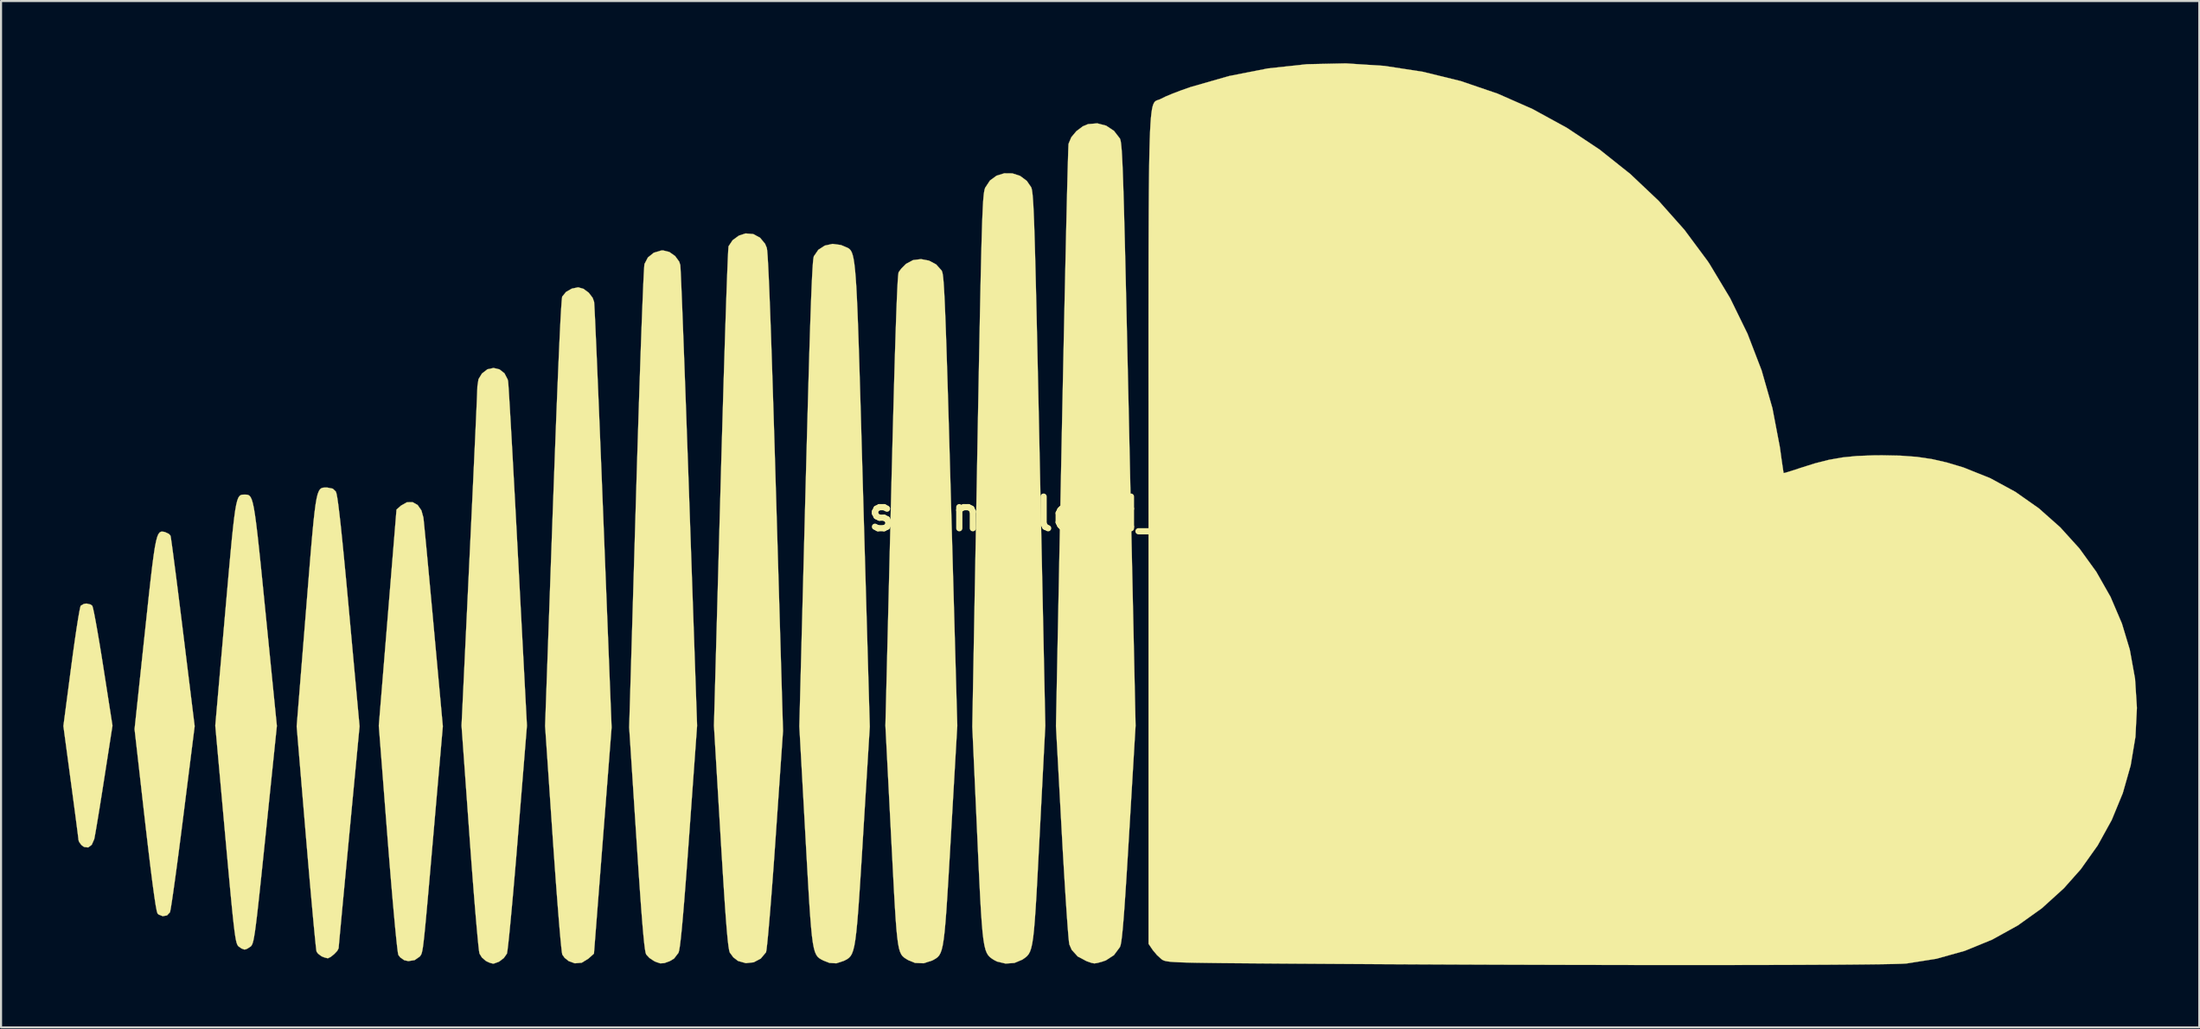
<source format=kicad_pcb>
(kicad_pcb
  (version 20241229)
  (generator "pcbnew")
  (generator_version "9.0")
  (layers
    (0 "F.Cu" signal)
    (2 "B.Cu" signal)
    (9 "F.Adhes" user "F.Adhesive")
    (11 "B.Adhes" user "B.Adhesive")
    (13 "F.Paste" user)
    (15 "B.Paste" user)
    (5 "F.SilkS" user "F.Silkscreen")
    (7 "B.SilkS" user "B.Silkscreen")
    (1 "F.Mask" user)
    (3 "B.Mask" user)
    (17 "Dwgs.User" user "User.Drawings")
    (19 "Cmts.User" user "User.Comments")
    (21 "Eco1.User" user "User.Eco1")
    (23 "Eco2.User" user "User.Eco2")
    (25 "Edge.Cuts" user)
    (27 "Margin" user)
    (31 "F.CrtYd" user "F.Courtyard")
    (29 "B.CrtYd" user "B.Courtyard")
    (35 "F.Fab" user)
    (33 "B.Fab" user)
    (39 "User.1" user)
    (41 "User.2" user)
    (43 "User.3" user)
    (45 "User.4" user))
  (footprint "soundcloud_4x10_F"
    (layer "F.Cu")
    (at 49.928 21.719)
    (property "Reference" "soundcloud_4x10_F" (at 0 0 0) (layer "F.SilkS") (effects (font (size 1.524 1.524) (thickness 0.3))))
    (attr through_hole)
    (fp_poly (pts (xy -48.62 4.362) (xy -48.532 4.424) (xy -48.498 4.53) (xy -48.443 4.784) (xy -48.37 5.164) (xy -48.283 5.651) (xy -48.185 6.225) (xy -48.08 6.865) (xy -48.001 7.366) (xy -47.558 10.202) (xy -47.96 12.785) (xy -48.063 13.441) (xy -48.161 14.056) (xy -48.251 14.607) (xy -48.328 15.069) (xy -48.389 15.42) (xy -48.429 15.635) (xy -48.438 15.676) (xy -48.557 15.946) (xy -48.728 16.074) (xy -48.929 16.05) (xy -49.058 15.954) (xy -49.167 15.805) (xy -49.194 15.721) (xy -49.206 15.615) (xy -49.237 15.363) (xy -49.286 14.984) (xy -49.349 14.5) (xy -49.425 13.931) (xy -49.509 13.298) (xy -49.56 12.921) (xy -49.923 10.221) (xy -49.549 7.375) (xy -49.458 6.697) (xy -49.37 6.071) (xy -49.288 5.516) (xy -49.215 5.054) (xy -49.154 4.704) (xy -49.109 4.487) (xy -49.088 4.424) (xy -48.939 4.338) (xy -48.81 4.318) (xy -48.62 4.362)) (stroke (width 0.01) (type solid)) (fill yes) (layer "F.SilkS"))
    (fp_poly (pts (xy -45.046 0.87) (xy -45.024 0.876) (xy -44.844 0.959) (xy -44.761 1.05) (xy -44.742 1.155) (xy -44.705 1.412) (xy -44.651 1.805) (xy -44.584 2.319) (xy -44.503 2.937) (xy -44.413 3.644) (xy -44.315 4.424) (xy -44.21 5.261) (xy -44.156 5.7) (xy -43.597 10.23) (xy -44.151 14.619) (xy -44.259 15.468) (xy -44.363 16.269) (xy -44.461 17.008) (xy -44.551 17.667) (xy -44.63 18.229) (xy -44.696 18.679) (xy -44.747 18.999) (xy -44.78 19.174) (xy -44.787 19.198) (xy -44.93 19.349) (xy -45.137 19.386) (xy -45.338 19.304) (xy -45.387 19.255) (xy -45.424 19.136) (xy -45.477 18.854) (xy -45.544 18.412) (xy -45.626 17.816) (xy -45.721 17.069) (xy -45.829 16.177) (xy -45.95 15.145) (xy -45.996 14.746) (xy -46.493 10.372) (xy -46.002 5.763) (xy -45.89 4.722) (xy -45.795 3.836) (xy -45.711 3.094) (xy -45.639 2.484) (xy -45.574 1.993) (xy -45.515 1.608) (xy -45.458 1.318) (xy -45.403 1.11) (xy -45.345 0.972) (xy -45.283 0.891) (xy -45.214 0.856) (xy -45.136 0.853) (xy -45.046 0.87)) (stroke (width 0.01) (type solid)) (fill yes) (layer "F.SilkS"))
    (fp_poly (pts (xy -32.853 -0.432) (xy -32.67 -0.171) (xy -32.575 0.173) (xy -32.558 0.326) (xy -32.528 0.631) (xy -32.485 1.072) (xy -32.431 1.632) (xy -32.369 2.294) (xy -32.299 3.043) (xy -32.223 3.862) (xy -32.142 4.734) (xy -32.082 5.393) (xy -31.638 10.235) (xy -32.08 15.299) (xy -32.179 16.432) (xy -32.264 17.409) (xy -32.337 18.241) (xy -32.4 18.941) (xy -32.453 19.52) (xy -32.498 19.991) (xy -32.536 20.366) (xy -32.569 20.656) (xy -32.597 20.874) (xy -32.624 21.032) (xy -32.648 21.142) (xy -32.673 21.216) (xy -32.699 21.266) (xy -32.728 21.305) (xy -32.756 21.337) (xy -32.998 21.504) (xy -33.3 21.551) (xy -33.501 21.507) (xy -33.692 21.37) (xy -33.781 21.253) (xy -33.804 21.14) (xy -33.838 20.872) (xy -33.882 20.465) (xy -33.935 19.934) (xy -33.994 19.292) (xy -34.06 18.555) (xy -34.13 17.737) (xy -34.203 16.853) (xy -34.278 15.918) (xy -34.3 15.642) (xy -34.723 10.207) (xy -34.296 4.998) (xy -33.87 -0.212) (xy -33.652 -0.402) (xy -33.37 -0.562) (xy -33.095 -0.567) (xy -32.853 -0.432)) (stroke (width 0.01) (type solid)) (fill yes) (layer "F.SilkS"))
    (fp_poly (pts (xy -24.859 -10.849) (xy -24.608 -10.664) (xy -24.418 -10.416) (xy -24.347 -10.218) (xy -24.339 -10.1) (xy -24.324 -9.824) (xy -24.303 -9.4) (xy -24.278 -8.838) (xy -24.247 -8.151) (xy -24.212 -7.348) (xy -24.174 -6.44) (xy -24.132 -5.438) (xy -24.087 -4.353) (xy -24.04 -3.195) (xy -23.99 -1.975) (xy -23.94 -0.704) (xy -23.905 0.169) (xy -23.505 10.287) (xy -24.355 21.192) (xy -24.625 21.433) (xy -24.944 21.629) (xy -25.277 21.657) (xy -25.574 21.55) (xy -25.769 21.393) (xy -25.88 21.236) (xy -25.901 21.119) (xy -25.932 20.848) (xy -25.972 20.437) (xy -26.019 19.902) (xy -26.072 19.258) (xy -26.13 18.518) (xy -26.192 17.699) (xy -26.256 16.814) (xy -26.322 15.879) (xy -26.339 15.629) (xy -26.709 10.219) (xy -26.343 -0.027) (xy -26.283 -1.662) (xy -26.227 -3.172) (xy -26.175 -4.553) (xy -26.125 -5.801) (xy -26.079 -6.91) (xy -26.037 -7.879) (xy -25.999 -8.7) (xy -25.966 -9.372) (xy -25.936 -9.889) (xy -25.911 -10.247) (xy -25.891 -10.442) (xy -25.883 -10.476) (xy -25.703 -10.697) (xy -25.423 -10.859) (xy -25.114 -10.922) (xy -24.859 -10.849)) (stroke (width 0.01) (type solid)) (fill yes) (layer "F.SilkS"))
    (fp_poly (pts (xy -37.208 -1.27) (xy -37.2 -1.27) (xy -36.94 -1.218) (xy -36.795 -1.079) (xy -36.763 -0.984) (xy -36.724 -0.782) (xy -36.678 -0.465) (xy -36.624 -0.026) (xy -36.56 0.541) (xy -36.487 1.246) (xy -36.403 2.094) (xy -36.307 3.094) (xy -36.199 4.253) (xy -36.161 4.673) (xy -35.651 10.235) (xy -36.156 15.549) (xy -36.244 16.481) (xy -36.328 17.363) (xy -36.405 18.181) (xy -36.475 18.92) (xy -36.535 19.566) (xy -36.585 20.104) (xy -36.624 20.52) (xy -36.649 20.8) (xy -36.66 20.928) (xy -36.661 20.935) (xy -36.722 21.054) (xy -36.868 21.21) (xy -37.038 21.348) (xy -37.174 21.414) (xy -37.186 21.415) (xy -37.345 21.375) (xy -37.481 21.32) (xy -37.65 21.194) (xy -37.723 21.092) (xy -37.74 20.986) (xy -37.769 20.725) (xy -37.809 20.325) (xy -37.86 19.801) (xy -37.918 19.166) (xy -37.984 18.435) (xy -38.056 17.624) (xy -38.132 16.747) (xy -38.211 15.818) (xy -38.23 15.596) (xy -38.681 10.237) (xy -38.23 4.649) (xy -38.138 3.506) (xy -38.058 2.521) (xy -37.989 1.681) (xy -37.927 0.975) (xy -37.872 0.392) (xy -37.82 -0.081) (xy -37.771 -0.455) (xy -37.722 -0.741) (xy -37.671 -0.951) (xy -37.615 -1.097) (xy -37.554 -1.191) (xy -37.485 -1.243) (xy -37.405 -1.266) (xy -37.314 -1.271) (xy -37.208 -1.27)) (stroke (width 0.01) (type solid)) (fill yes) (layer "F.SilkS"))
    (fp_poly (pts (xy -41.104 -0.93) (xy -41.029 -0.918) (xy -40.962 -0.883) (xy -40.903 -0.814) (xy -40.848 -0.699) (xy -40.796 -0.526) (xy -40.744 -0.283) (xy -40.691 0.042) (xy -40.634 0.459) (xy -40.571 0.982) (xy -40.501 1.622) (xy -40.42 2.39) (xy -40.328 3.299) (xy -40.222 4.36) (xy -40.178 4.801) (xy -39.636 10.216) (xy -40.178 15.459) (xy -40.289 16.531) (xy -40.385 17.448) (xy -40.467 18.222) (xy -40.537 18.865) (xy -40.597 19.39) (xy -40.649 19.81) (xy -40.693 20.137) (xy -40.733 20.383) (xy -40.768 20.563) (xy -40.803 20.687) (xy -40.837 20.769) (xy -40.872 20.822) (xy -40.901 20.849) (xy -41.073 20.96) (xy -41.19 20.997) (xy -41.332 20.947) (xy -41.475 20.849) (xy -41.512 20.811) (xy -41.546 20.751) (xy -41.579 20.659) (xy -41.611 20.521) (xy -41.645 20.325) (xy -41.682 20.058) (xy -41.724 19.707) (xy -41.772 19.26) (xy -41.827 18.704) (xy -41.892 18.026) (xy -41.967 17.215) (xy -42.055 16.256) (xy -42.128 15.452) (xy -42.603 10.202) (xy -42.128 4.788) (xy -42.029 3.668) (xy -41.944 2.704) (xy -41.869 1.885) (xy -41.804 1.199) (xy -41.745 0.635) (xy -41.692 0.181) (xy -41.643 -0.176) (xy -41.594 -0.447) (xy -41.545 -0.644) (xy -41.494 -0.779) (xy -41.438 -0.863) (xy -41.376 -0.909) (xy -41.305 -0.927) (xy -41.224 -0.931) (xy -41.19 -0.931) (xy -41.104 -0.93)) (stroke (width 0.01) (type solid)) (fill yes) (layer "F.SilkS"))
    (fp_poly (pts (xy -28.907 -6.966) (xy -28.667 -6.778) (xy -28.513 -6.482) (xy -28.492 -6.388) (xy -28.482 -6.269) (xy -28.463 -5.994) (xy -28.437 -5.573) (xy -28.404 -5.018) (xy -28.365 -4.343) (xy -28.32 -3.559) (xy -28.271 -2.677) (xy -28.218 -1.71) (xy -28.161 -0.67) (xy -28.102 0.431) (xy -28.041 1.581) (xy -28.017 2.032) (xy -27.585 10.202) (xy -28.022 15.578) (xy -28.099 16.522) (xy -28.176 17.42) (xy -28.249 18.258) (xy -28.318 19.021) (xy -28.381 19.693) (xy -28.436 20.26) (xy -28.483 20.706) (xy -28.52 21.017) (xy -28.546 21.178) (xy -28.55 21.192) (xy -28.698 21.403) (xy -28.929 21.579) (xy -29.173 21.668) (xy -29.227 21.671) (xy -29.378 21.631) (xy -29.558 21.548) (xy -29.755 21.377) (xy -29.87 21.191) (xy -29.892 21.067) (xy -29.924 20.789) (xy -29.965 20.372) (xy -30.014 19.831) (xy -30.07 19.181) (xy -30.131 18.438) (xy -30.196 17.615) (xy -30.264 16.729) (xy -30.333 15.794) (xy -30.348 15.579) (xy -30.736 10.202) (xy -30.355 2.201) (xy -30.3 1.045) (xy -30.247 -0.069) (xy -30.197 -1.128) (xy -30.151 -2.119) (xy -30.109 -3.031) (xy -30.071 -3.851) (xy -30.039 -4.566) (xy -30.012 -5.164) (xy -29.992 -5.633) (xy -29.979 -5.961) (xy -29.973 -6.135) (xy -29.972 -6.153) (xy -29.919 -6.495) (xy -29.753 -6.767) (xy -29.488 -6.972) (xy -29.193 -7.035) (xy -28.907 -6.966)) (stroke (width 0.01) (type solid)) (fill yes) (layer "F.SilkS"))
    (fp_poly (pts (xy -16.677 -13.488) (xy -16.352 -13.314) (xy -16.109 -13.021) (xy -16.026 -12.824) (xy -16.007 -12.695) (xy -15.985 -12.421) (xy -15.961 -12) (xy -15.933 -11.43) (xy -15.902 -10.707) (xy -15.868 -9.831) (xy -15.83 -8.799) (xy -15.789 -7.609) (xy -15.745 -6.258) (xy -15.697 -4.745) (xy -15.645 -3.067) (xy -15.59 -1.223) (xy -15.583 -1.016) (xy -15.244 10.456) (xy -15.608 15.706) (xy -15.673 16.636) (xy -15.738 17.519) (xy -15.801 18.34) (xy -15.86 19.084) (xy -15.915 19.736) (xy -15.963 20.28) (xy -16.005 20.702) (xy -16.038 20.987) (xy -16.061 21.12) (xy -16.063 21.125) (xy -16.316 21.429) (xy -16.654 21.608) (xy -17.034 21.65) (xy -17.414 21.543) (xy -17.64 21.368) (xy -17.808 21.14) (xy -17.809 21.138) (xy -17.839 21.034) (xy -17.871 20.842) (xy -17.906 20.553) (xy -17.944 20.156) (xy -17.986 19.643) (xy -18.033 19.004) (xy -18.085 18.23) (xy -18.144 17.311) (xy -18.211 16.238) (xy -18.253 15.536) (xy -18.572 10.202) (xy -18.254 -1.26) (xy -18.216 -2.642) (xy -18.177 -3.978) (xy -18.139 -5.26) (xy -18.103 -6.477) (xy -18.067 -7.62) (xy -18.034 -8.677) (xy -18.002 -9.64) (xy -17.973 -10.498) (xy -17.946 -11.241) (xy -17.922 -11.86) (xy -17.902 -12.344) (xy -17.885 -12.684) (xy -17.872 -12.87) (xy -17.867 -12.901) (xy -17.675 -13.19) (xy -17.375 -13.411) (xy -17.047 -13.519) (xy -16.677 -13.488)) (stroke (width 0.01) (type solid)) (fill yes) (layer "F.SilkS"))
    (fp_poly (pts (xy -20.721 -12.624) (xy -20.443 -12.429) (xy -20.247 -12.16) (xy -20.194 -11.996) (xy -20.186 -11.88) (xy -20.172 -11.604) (xy -20.153 -11.18) (xy -20.129 -10.617) (xy -20.101 -9.926) (xy -20.07 -9.118) (xy -20.035 -8.201) (xy -19.997 -7.188) (xy -19.956 -6.088) (xy -19.913 -4.91) (xy -19.869 -3.667) (xy -19.822 -2.367) (xy -19.775 -1.022) (xy -19.766 -0.762) (xy -19.385 10.202) (xy -19.77 15.536) (xy -19.857 16.737) (xy -19.936 17.776) (xy -20.006 18.661) (xy -20.068 19.399) (xy -20.122 19.998) (xy -20.17 20.465) (xy -20.212 20.808) (xy -20.249 21.035) (xy -20.281 21.15) (xy -20.494 21.428) (xy -20.699 21.552) (xy -20.962 21.647) (xy -21.158 21.66) (xy -21.369 21.59) (xy -21.464 21.545) (xy -21.683 21.398) (xy -21.839 21.229) (xy -21.868 21.139) (xy -21.9 20.953) (xy -21.936 20.662) (xy -21.976 20.257) (xy -22.022 19.73) (xy -22.073 19.072) (xy -22.131 18.275) (xy -22.197 17.33) (xy -22.27 16.228) (xy -22.307 15.663) (xy -22.657 10.287) (xy -22.33 -0.72) (xy -22.29 -2.077) (xy -22.249 -3.39) (xy -22.209 -4.65) (xy -22.17 -5.847) (xy -22.132 -6.969) (xy -22.096 -8.007) (xy -22.062 -8.949) (xy -22.03 -9.787) (xy -22.001 -10.509) (xy -21.976 -11.105) (xy -21.954 -11.565) (xy -21.935 -11.879) (xy -21.922 -12.036) (xy -21.919 -12.048) (xy -21.755 -12.361) (xy -21.474 -12.587) (xy -21.119 -12.695) (xy -21.025 -12.7) (xy -20.721 -12.624)) (stroke (width 0.01) (type solid)) (fill yes) (layer "F.SilkS"))
    (fp_poly (pts (xy -8.208 -12.208) (xy -7.864 -12.025) (xy -7.608 -11.74) (xy -7.583 -11.695) (xy -7.564 -11.637) (xy -7.544 -11.536) (xy -7.525 -11.383) (xy -7.506 -11.171) (xy -7.487 -10.891) (xy -7.467 -10.534) (xy -7.446 -10.093) (xy -7.424 -9.559) (xy -7.4 -8.923) (xy -7.374 -8.178) (xy -7.346 -7.315) (xy -7.315 -6.326) (xy -7.281 -5.202) (xy -7.244 -3.936) (xy -7.204 -2.519) (xy -7.159 -0.942) (xy -7.15 -0.621) (xy -6.846 10.202) (xy -7.152 15.494) (xy -7.217 16.616) (xy -7.274 17.581) (xy -7.325 18.402) (xy -7.37 19.092) (xy -7.414 19.662) (xy -7.456 20.125) (xy -7.5 20.495) (xy -7.546 20.782) (xy -7.597 21.001) (xy -7.655 21.162) (xy -7.721 21.279) (xy -7.797 21.364) (xy -7.886 21.429) (xy -7.988 21.488) (xy -8.046 21.519) (xy -8.461 21.655) (xy -8.88 21.639) (xy -9.203 21.509) (xy -9.309 21.445) (xy -9.401 21.385) (xy -9.48 21.316) (xy -9.547 21.226) (xy -9.605 21.101) (xy -9.656 20.93) (xy -9.7 20.699) (xy -9.74 20.396) (xy -9.778 20.009) (xy -9.815 19.525) (xy -9.853 18.931) (xy -9.894 18.215) (xy -9.939 17.364) (xy -9.991 16.365) (xy -10.033 15.558) (xy -10.309 10.202) (xy -10.039 -0.635) (xy -9.995 -2.388) (xy -9.954 -3.977) (xy -9.915 -5.403) (xy -9.88 -6.672) (xy -9.847 -7.788) (xy -9.816 -8.754) (xy -9.788 -9.574) (xy -9.762 -10.252) (xy -9.738 -10.792) (xy -9.717 -11.199) (xy -9.697 -11.475) (xy -9.678 -11.625) (xy -9.67 -11.654) (xy -9.54 -11.828) (xy -9.347 -12.023) (xy -9.309 -12.056) (xy -8.976 -12.234) (xy -8.594 -12.281) (xy -8.208 -12.208)) (stroke (width 0.01) (type solid)) (fill yes) (layer "F.SilkS"))
    (fp_poly (pts (xy -12.46 -12.962) (xy -12.319 -12.906) (xy -12.235 -12.869) (xy -12.159 -12.838) (xy -12.091 -12.804) (xy -12.03 -12.757) (xy -11.975 -12.691) (xy -11.926 -12.596) (xy -11.882 -12.464) (xy -11.842 -12.286) (xy -11.806 -12.054) (xy -11.773 -11.76) (xy -11.742 -11.396) (xy -11.712 -10.951) (xy -11.684 -10.42) (xy -11.656 -9.791) (xy -11.628 -9.059) (xy -11.599 -8.213) (xy -11.568 -7.246) (xy -11.535 -6.148) (xy -11.498 -4.912) (xy -11.459 -3.53) (xy -11.415 -1.992) (xy -11.384 -0.907) (xy -11.063 10.251) (xy -11.384 15.476) (xy -11.453 16.605) (xy -11.515 17.578) (xy -11.569 18.406) (xy -11.619 19.102) (xy -11.666 19.679) (xy -11.712 20.148) (xy -11.759 20.522) (xy -11.808 20.814) (xy -11.863 21.035) (xy -11.924 21.199) (xy -11.994 21.317) (xy -12.074 21.401) (xy -12.167 21.465) (xy -12.273 21.52) (xy -12.314 21.54) (xy -12.674 21.658) (xy -13.007 21.638) (xy -13.293 21.526) (xy -13.401 21.471) (xy -13.494 21.414) (xy -13.575 21.342) (xy -13.645 21.243) (xy -13.706 21.104) (xy -13.759 20.913) (xy -13.807 20.658) (xy -13.851 20.326) (xy -13.892 19.905) (xy -13.934 19.382) (xy -13.978 18.746) (xy -14.024 17.983) (xy -14.076 17.081) (xy -14.135 16.028) (xy -14.164 15.51) (xy -14.457 10.235) (xy -14.164 -0.957) (xy -14.119 -2.654) (xy -14.077 -4.189) (xy -14.039 -5.568) (xy -14.004 -6.799) (xy -13.972 -7.887) (xy -13.942 -8.839) (xy -13.914 -9.663) (xy -13.889 -10.365) (xy -13.865 -10.951) (xy -13.843 -11.429) (xy -13.822 -11.806) (xy -13.803 -12.088) (xy -13.784 -12.281) (xy -13.765 -12.393) (xy -13.758 -12.418) (xy -13.544 -12.729) (xy -13.229 -12.933) (xy -12.854 -13.015) (xy -12.46 -12.962)) (stroke (width 0.01) (type solid)) (fill yes) (layer "F.SilkS"))
    (fp_poly (pts (xy 0.331 -18.711) (xy 0.706 -18.462) (xy 0.989 -18.095) (xy 0.992 -18.09) (xy 1.01 -18.043) (xy 1.028 -17.97) (xy 1.045 -17.862) (xy 1.061 -17.713) (xy 1.078 -17.515) (xy 1.094 -17.26) (xy 1.11 -16.941) (xy 1.127 -16.55) (xy 1.144 -16.079) (xy 1.162 -15.522) (xy 1.182 -14.869) (xy 1.202 -14.114) (xy 1.225 -13.25) (xy 1.249 -12.268) (xy 1.275 -11.161) (xy 1.304 -9.921) (xy 1.335 -8.541) (xy 1.369 -7.013) (xy 1.407 -5.33) (xy 1.44 -3.81) (xy 1.746 10.202) (xy 1.435 15.412) (xy 1.367 16.538) (xy 1.307 17.507) (xy 1.253 18.328) (xy 1.206 19.013) (xy 1.163 19.572) (xy 1.125 20.016) (xy 1.09 20.357) (xy 1.058 20.606) (xy 1.027 20.772) (xy 0.996 20.867) (xy 0.993 20.873) (xy 0.704 21.263) (xy 0.313 21.517) (xy 0.127 21.581) (xy -0.099 21.642) (xy -0.241 21.662) (xy -0.377 21.637) (xy -0.586 21.564) (xy -0.622 21.551) (xy -1.042 21.328) (xy -1.331 21.009) (xy -1.445 20.748) (xy -1.465 20.611) (xy -1.493 20.32) (xy -1.527 19.892) (xy -1.567 19.342) (xy -1.611 18.685) (xy -1.659 17.938) (xy -1.709 17.116) (xy -1.761 16.236) (xy -1.811 15.335) (xy -2.09 10.223) (xy -1.812 -3.672) (xy -1.781 -5.197) (xy -1.75 -6.679) (xy -1.72 -8.107) (xy -1.691 -9.474) (xy -1.663 -10.771) (xy -1.636 -11.987) (xy -1.611 -13.114) (xy -1.587 -14.144) (xy -1.565 -15.066) (xy -1.545 -15.873) (xy -1.527 -16.554) (xy -1.511 -17.1) (xy -1.499 -17.504) (xy -1.489 -17.754) (xy -1.483 -17.841) (xy -1.353 -18.151) (xy -1.107 -18.448) (xy -0.794 -18.682) (xy -0.546 -18.786) (xy -0.098 -18.824) (xy 0.331 -18.711)) (stroke (width 0.01) (type solid)) (fill yes) (layer "F.SilkS"))
    (fp_poly (pts (xy -4.19 -16.413) (xy -3.818 -16.292) (xy -3.497 -16.053) (xy -3.286 -15.747) (xy -3.267 -15.695) (xy -3.248 -15.616) (xy -3.231 -15.504) (xy -3.214 -15.35) (xy -3.198 -15.146) (xy -3.181 -14.884) (xy -3.165 -14.556) (xy -3.148 -14.154) (xy -3.131 -13.67) (xy -3.113 -13.097) (xy -3.094 -12.426) (xy -3.074 -11.649) (xy -3.052 -10.758) (xy -3.028 -9.746) (xy -3.002 -8.604) (xy -2.974 -7.324) (xy -2.943 -5.899) (xy -2.909 -4.32) (xy -2.874 -2.625) (xy -2.604 10.202) (xy -2.876 15.452) (xy -2.934 16.568) (xy -2.984 17.527) (xy -3.029 18.343) (xy -3.071 19.028) (xy -3.111 19.594) (xy -3.15 20.055) (xy -3.191 20.422) (xy -3.235 20.709) (xy -3.285 20.929) (xy -3.341 21.093) (xy -3.406 21.215) (xy -3.482 21.307) (xy -3.569 21.382) (xy -3.671 21.453) (xy -3.717 21.483) (xy -4.093 21.64) (xy -4.518 21.67) (xy -4.928 21.573) (xy -5.065 21.503) (xy -5.175 21.434) (xy -5.27 21.362) (xy -5.352 21.276) (xy -5.423 21.162) (xy -5.484 21.008) (xy -5.536 20.802) (xy -5.583 20.53) (xy -5.625 20.18) (xy -5.663 19.74) (xy -5.701 19.197) (xy -5.739 18.538) (xy -5.779 17.752) (xy -5.823 16.824) (xy -5.872 15.743) (xy -5.886 15.434) (xy -6.122 10.252) (xy -5.887 -2.557) (xy -5.856 -4.286) (xy -5.826 -5.852) (xy -5.8 -7.266) (xy -5.775 -8.535) (xy -5.753 -9.667) (xy -5.732 -10.671) (xy -5.713 -11.553) (xy -5.695 -12.323) (xy -5.678 -12.989) (xy -5.662 -13.558) (xy -5.647 -14.04) (xy -5.631 -14.441) (xy -5.616 -14.77) (xy -5.601 -15.035) (xy -5.585 -15.245) (xy -5.569 -15.407) (xy -5.551 -15.529) (xy -5.533 -15.621) (xy -5.513 -15.688) (xy -5.499 -15.725) (xy -5.269 -16.072) (xy -4.951 -16.303) (xy -4.58 -16.417) (xy -4.19 -16.413)) (stroke (width 0.01) (type solid)) (fill yes) (layer "F.SilkS"))
    (fp_poly (pts (xy 13.748 -21.592) (xy 15.596 -21.308) (xy 17.415 -20.862) (xy 19.195 -20.255) (xy 20.87 -19.517) (xy 22.535 -18.606) (xy 24.111 -17.558) (xy 25.587 -16.383) (xy 26.953 -15.091) (xy 28.196 -13.692) (xy 29.307 -12.196) (xy 29.408 -12.045) (xy 30.399 -10.396) (xy 31.236 -8.684) (xy 31.916 -6.915) (xy 32.436 -5.096) (xy 32.792 -3.234) (xy 32.819 -3.047) (xy 32.874 -2.646) (xy 32.923 -2.311) (xy 32.958 -2.075) (xy 32.976 -1.971) (xy 32.977 -1.969) (xy 33.058 -1.985) (xy 33.262 -2.046) (xy 33.556 -2.14) (xy 33.746 -2.204) (xy 34.484 -2.437) (xy 35.154 -2.607) (xy 35.809 -2.723) (xy 36.5 -2.792) (xy 37.279 -2.822) (xy 37.719 -2.826) (xy 38.617 -2.808) (xy 39.402 -2.75) (xy 40.126 -2.643) (xy 40.842 -2.479) (xy 41.602 -2.252) (xy 41.656 -2.234) (xy 42.937 -1.721) (xy 44.146 -1.063) (xy 45.273 -0.271) (xy 46.305 0.644) (xy 47.233 1.668) (xy 48.045 2.791) (xy 48.731 3.999) (xy 49.279 5.282) (xy 49.659 6.544) (xy 49.912 7.943) (xy 50.001 9.348) (xy 49.93 10.744) (xy 49.701 12.118) (xy 49.32 13.457) (xy 48.789 14.747) (xy 48.113 15.973) (xy 47.296 17.123) (xy 46.482 18.04) (xy 45.419 19.004) (xy 44.261 19.832) (xy 43.02 20.518) (xy 41.708 21.055) (xy 40.338 21.438) (xy 38.922 21.662) (xy 38.861 21.668) (xy 38.643 21.68) (xy 38.264 21.691) (xy 37.733 21.701) (xy 37.057 21.709) (xy 36.246 21.717) (xy 35.308 21.724) (xy 34.252 21.729) (xy 33.085 21.734) (xy 31.817 21.737) (xy 30.456 21.739) (xy 29.01 21.74) (xy 27.487 21.74) (xy 25.897 21.739) (xy 24.248 21.736) (xy 22.547 21.733) (xy 20.805 21.728) (xy 19.028 21.723) (xy 17.226 21.716) (xy 15.406 21.708) (xy 13.579 21.699) (xy 11.751 21.688) (xy 9.931 21.677) (xy 9.722 21.676) (xy 8.52 21.668) (xy 7.476 21.66) (xy 6.578 21.653) (xy 5.815 21.646) (xy 5.175 21.638) (xy 4.646 21.63) (xy 4.217 21.62) (xy 3.876 21.609) (xy 3.612 21.596) (xy 3.414 21.581) (xy 3.268 21.562) (xy 3.165 21.541) (xy 3.092 21.516) (xy 3.038 21.488) (xy 2.991 21.455) (xy 2.777 21.26) (xy 2.577 21.021) (xy 2.561 20.998) (xy 2.371 20.718) (xy 2.371 0.703) (xy 2.37 -1.495) (xy 2.37 -3.53) (xy 2.37 -5.408) (xy 2.369 -7.135) (xy 2.369 -8.719) (xy 2.37 -10.165) (xy 2.371 -11.48) (xy 2.373 -12.67) (xy 2.377 -13.741) (xy 2.381 -14.7) (xy 2.387 -15.552) (xy 2.395 -16.306) (xy 2.405 -16.965) (xy 2.416 -17.538) (xy 2.43 -18.031) (xy 2.446 -18.448) (xy 2.465 -18.798) (xy 2.486 -19.087) (xy 2.511 -19.32) (xy 2.538 -19.504) (xy 2.569 -19.645) (xy 2.604 -19.75) (xy 2.642 -19.825) (xy 2.684 -19.877) (xy 2.731 -19.911) (xy 2.781 -19.934) (xy 2.836 -19.952) (xy 2.896 -19.973) (xy 2.96 -20.001) (xy 2.985 -20.014) (xy 3.205 -20.122) (xy 3.542 -20.262) (xy 3.95 -20.417) (xy 4.383 -20.569) (xy 4.395 -20.573) (xy 6.25 -21.104) (xy 8.122 -21.471) (xy 10.002 -21.674) (xy 11.88 -21.714) (xy 13.748 -21.592)) (stroke (width 0.01) (type solid)) (fill yes) (layer "F.SilkS")))
  (gr_rect
    (start -3 -3)
    (end 102.935 46.464)
    (stroke (width 0.1) (type default))
    (fill no)
    (layer "Edge.Cuts")))
</source>
